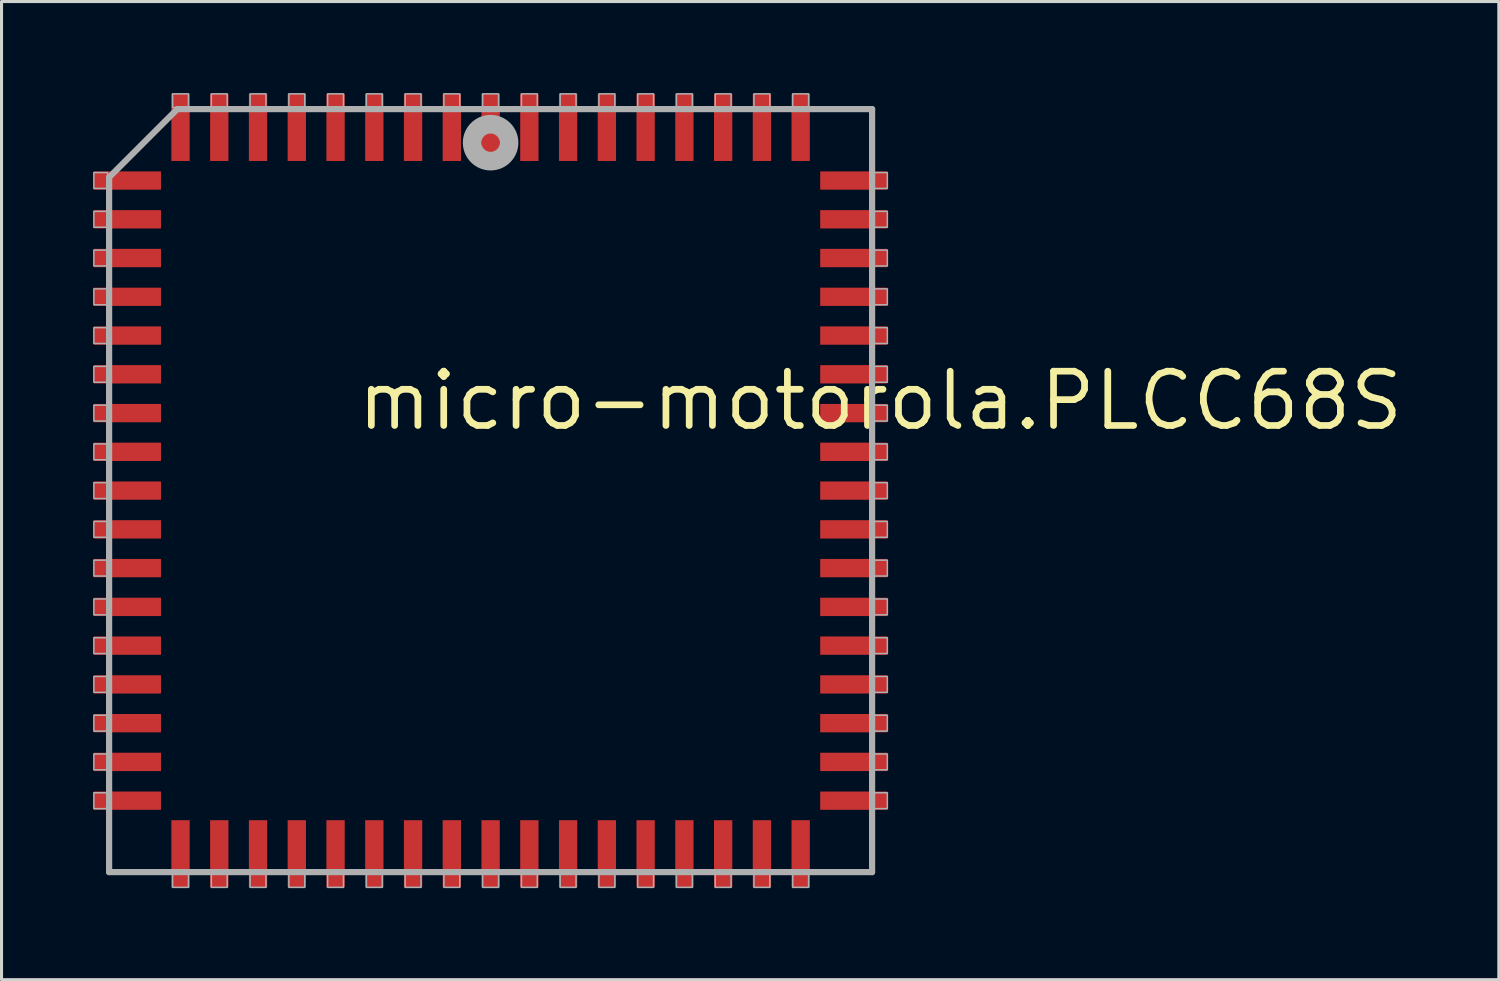
<source format=kicad_pcb>
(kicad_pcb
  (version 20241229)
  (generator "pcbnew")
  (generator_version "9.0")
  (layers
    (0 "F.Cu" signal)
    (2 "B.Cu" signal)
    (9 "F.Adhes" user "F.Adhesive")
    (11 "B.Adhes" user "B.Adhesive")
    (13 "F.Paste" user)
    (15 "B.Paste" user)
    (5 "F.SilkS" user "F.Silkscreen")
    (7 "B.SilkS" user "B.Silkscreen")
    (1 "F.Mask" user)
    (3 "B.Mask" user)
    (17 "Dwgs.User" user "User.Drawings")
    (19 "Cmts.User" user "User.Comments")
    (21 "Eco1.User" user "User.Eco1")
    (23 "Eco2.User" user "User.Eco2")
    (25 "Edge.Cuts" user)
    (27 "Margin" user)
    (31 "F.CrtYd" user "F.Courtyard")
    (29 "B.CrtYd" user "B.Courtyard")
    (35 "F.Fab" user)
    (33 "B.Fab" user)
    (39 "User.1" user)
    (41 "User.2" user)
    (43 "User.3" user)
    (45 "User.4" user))
  (footprint "micro-motorola.PLCC68S"
    (layer "F.Cu")
    (at 13.025 13.025)
    (property "Reference" "micro-motorola.PLCC68S" (at -4.475 -1.905 0) (layer "F.SilkS") (effects (font (size 1.778 1.778) (thickness 0.22)) (justify left bottom)))
    (attr smd)
    (fp_line (start -12.5 -10.265) (end -12.5 12.5) (stroke (width 0.203) (type default)) (layer "F.Fab"))
    (fp_line (start -12.5 12.5) (end 12.5 12.5) (stroke (width 0.203) (type default)) (layer "F.Fab"))
    (fp_line (start -10.265 -12.5) (end -12.5 -10.265) (stroke (width 0.203) (type default)) (layer "F.Fab"))
    (fp_line (start 12.5 -12.5) (end -10.265 -12.5) (stroke (width 0.203) (type default)) (layer "F.Fab"))
    (fp_line (start 12.5 12.5) (end 12.5 -12.5) (stroke (width 0.203) (type default)) (layer "F.Fab"))
    (fp_rect (start -13 -9.9) (end -12.55 -10.42) (stroke (width 0.05) (type default)) (fill no) (layer "F.Fab"))
    (fp_rect (start -13 -8.63) (end -12.55 -9.15) (stroke (width 0.05) (type default)) (fill no) (layer "F.Fab"))
    (fp_rect (start -13 -7.36) (end -12.55 -7.88) (stroke (width 0.05) (type default)) (fill no) (layer "F.Fab"))
    (fp_rect (start -13 -6.09) (end -12.55 -6.61) (stroke (width 0.05) (type default)) (fill no) (layer "F.Fab"))
    (fp_rect (start -13 -4.82) (end -12.55 -5.34) (stroke (width 0.05) (type default)) (fill no) (layer "F.Fab"))
    (fp_rect (start -13 -3.55) (end -12.55 -4.07) (stroke (width 0.05) (type default)) (fill no) (layer "F.Fab"))
    (fp_rect (start -13 -2.28) (end -12.55 -2.8) (stroke (width 0.05) (type default)) (fill no) (layer "F.Fab"))
    (fp_rect (start -13 -1.01) (end -12.55 -1.53) (stroke (width 0.05) (type default)) (fill no) (layer "F.Fab"))
    (fp_rect (start -13 0.26) (end -12.55 -0.26) (stroke (width 0.05) (type default)) (fill no) (layer "F.Fab"))
    (fp_rect (start -13 1.53) (end -12.55 1.01) (stroke (width 0.05) (type default)) (fill no) (layer "F.Fab"))
    (fp_rect (start -13 2.8) (end -12.55 2.28) (stroke (width 0.05) (type default)) (fill no) (layer "F.Fab"))
    (fp_rect (start -13 4.07) (end -12.55 3.55) (stroke (width 0.05) (type default)) (fill no) (layer "F.Fab"))
    (fp_rect (start -13 5.34) (end -12.55 4.82) (stroke (width 0.05) (type default)) (fill no) (layer "F.Fab"))
    (fp_rect (start -13 6.61) (end -12.55 6.09) (stroke (width 0.05) (type default)) (fill no) (layer "F.Fab"))
    (fp_rect (start -13 7.88) (end -12.55 7.36) (stroke (width 0.05) (type default)) (fill no) (layer "F.Fab"))
    (fp_rect (start -13 9.15) (end -12.55 8.63) (stroke (width 0.05) (type default)) (fill no) (layer "F.Fab"))
    (fp_rect (start -13 10.42) (end -12.55 9.9) (stroke (width 0.05) (type default)) (fill no) (layer "F.Fab"))
    (fp_rect (start -10.42 -12.55) (end -9.9 -13) (stroke (width 0.05) (type default)) (fill no) (layer "F.Fab"))
    (fp_rect (start -10.42 13) (end -9.9 12.55) (stroke (width 0.05) (type default)) (fill no) (layer "F.Fab"))
    (fp_rect (start -9.15 -12.55) (end -8.63 -13) (stroke (width 0.05) (type default)) (fill no) (layer "F.Fab"))
    (fp_rect (start -9.15 13) (end -8.63 12.55) (stroke (width 0.05) (type default)) (fill no) (layer "F.Fab"))
    (fp_rect (start -7.88 -12.55) (end -7.36 -13) (stroke (width 0.05) (type default)) (fill no) (layer "F.Fab"))
    (fp_rect (start -7.88 13) (end -7.36 12.55) (stroke (width 0.05) (type default)) (fill no) (layer "F.Fab"))
    (fp_rect (start -6.61 -12.55) (end -6.09 -13) (stroke (width 0.05) (type default)) (fill no) (layer "F.Fab"))
    (fp_rect (start -6.61 13) (end -6.09 12.55) (stroke (width 0.05) (type default)) (fill no) (layer "F.Fab"))
    (fp_rect (start -5.34 -12.55) (end -4.82 -13) (stroke (width 0.05) (type default)) (fill no) (layer "F.Fab"))
    (fp_rect (start -5.34 13) (end -4.82 12.55) (stroke (width 0.05) (type default)) (fill no) (layer "F.Fab"))
    (fp_rect (start -4.07 -12.55) (end -3.55 -13) (stroke (width 0.05) (type default)) (fill no) (layer "F.Fab"))
    (fp_rect (start -4.07 13) (end -3.55 12.55) (stroke (width 0.05) (type default)) (fill no) (layer "F.Fab"))
    (fp_rect (start -2.8 -12.55) (end -2.28 -13) (stroke (width 0.05) (type default)) (fill no) (layer "F.Fab"))
    (fp_rect (start -2.8 13) (end -2.28 12.55) (stroke (width 0.05) (type default)) (fill no) (layer "F.Fab"))
    (fp_rect (start -1.53 -12.55) (end -1.01 -13) (stroke (width 0.05) (type default)) (fill no) (layer "F.Fab"))
    (fp_rect (start -1.53 13) (end -1.01 12.55) (stroke (width 0.05) (type default)) (fill no) (layer "F.Fab"))
    (fp_rect (start -0.26 -12.55) (end 0.26 -13) (stroke (width 0.05) (type default)) (fill no) (layer "F.Fab"))
    (fp_rect (start -0.26 13) (end 0.26 12.55) (stroke (width 0.05) (type default)) (fill no) (layer "F.Fab"))
    (fp_rect (start 1.01 -12.55) (end 1.53 -13) (stroke (width 0.05) (type default)) (fill no) (layer "F.Fab"))
    (fp_rect (start 1.01 13) (end 1.53 12.55) (stroke (width 0.05) (type default)) (fill no) (layer "F.Fab"))
    (fp_rect (start 2.28 -12.55) (end 2.8 -13) (stroke (width 0.05) (type default)) (fill no) (layer "F.Fab"))
    (fp_rect (start 2.28 13) (end 2.8 12.55) (stroke (width 0.05) (type default)) (fill no) (layer "F.Fab"))
    (fp_rect (start 3.55 -12.55) (end 4.07 -13) (stroke (width 0.05) (type default)) (fill no) (layer "F.Fab"))
    (fp_rect (start 3.55 13) (end 4.07 12.55) (stroke (width 0.05) (type default)) (fill no) (layer "F.Fab"))
    (fp_rect (start 4.82 -12.55) (end 5.34 -13) (stroke (width 0.05) (type default)) (fill no) (layer "F.Fab"))
    (fp_rect (start 4.82 13) (end 5.34 12.55) (stroke (width 0.05) (type default)) (fill no) (layer "F.Fab"))
    (fp_rect (start 6.09 -12.55) (end 6.61 -13) (stroke (width 0.05) (type default)) (fill no) (layer "F.Fab"))
    (fp_rect (start 6.09 13) (end 6.61 12.55) (stroke (width 0.05) (type default)) (fill no) (layer "F.Fab"))
    (fp_rect (start 7.36 -12.55) (end 7.88 -13) (stroke (width 0.05) (type default)) (fill no) (layer "F.Fab"))
    (fp_rect (start 7.36 13) (end 7.88 12.55) (stroke (width 0.05) (type default)) (fill no) (layer "F.Fab"))
    (fp_rect (start 8.63 -12.55) (end 9.15 -13) (stroke (width 0.05) (type default)) (fill no) (layer "F.Fab"))
    (fp_rect (start 8.63 13) (end 9.15 12.55) (stroke (width 0.05) (type default)) (fill no) (layer "F.Fab"))
    (fp_rect (start 9.9 -12.55) (end 10.42 -13) (stroke (width 0.05) (type default)) (fill no) (layer "F.Fab"))
    (fp_rect (start 9.9 13) (end 10.42 12.55) (stroke (width 0.05) (type default)) (fill no) (layer "F.Fab"))
    (fp_rect (start 12.55 -9.9) (end 13 -10.42) (stroke (width 0.05) (type default)) (fill no) (layer "F.Fab"))
    (fp_rect (start 12.55 -8.63) (end 13 -9.15) (stroke (width 0.05) (type default)) (fill no) (layer "F.Fab"))
    (fp_rect (start 12.55 -7.36) (end 13 -7.88) (stroke (width 0.05) (type default)) (fill no) (layer "F.Fab"))
    (fp_rect (start 12.55 -6.09) (end 13 -6.61) (stroke (width 0.05) (type default)) (fill no) (layer "F.Fab"))
    (fp_rect (start 12.55 -4.82) (end 13 -5.34) (stroke (width 0.05) (type default)) (fill no) (layer "F.Fab"))
    (fp_rect (start 12.55 -3.55) (end 13 -4.07) (stroke (width 0.05) (type default)) (fill no) (layer "F.Fab"))
    (fp_rect (start 12.55 -2.28) (end 13 -2.8) (stroke (width 0.05) (type default)) (fill no) (layer "F.Fab"))
    (fp_rect (start 12.55 -1.01) (end 13 -1.53) (stroke (width 0.05) (type default)) (fill no) (layer "F.Fab"))
    (fp_rect (start 12.55 0.26) (end 13 -0.26) (stroke (width 0.05) (type default)) (fill no) (layer "F.Fab"))
    (fp_rect (start 12.55 1.53) (end 13 1.01) (stroke (width 0.05) (type default)) (fill no) (layer "F.Fab"))
    (fp_rect (start 12.55 2.8) (end 13 2.28) (stroke (width 0.05) (type default)) (fill no) (layer "F.Fab"))
    (fp_rect (start 12.55 4.07) (end 13 3.55) (stroke (width 0.05) (type default)) (fill no) (layer "F.Fab"))
    (fp_rect (start 12.55 5.34) (end 13 4.82) (stroke (width 0.05) (type default)) (fill no) (layer "F.Fab"))
    (fp_rect (start 12.55 6.61) (end 13 6.09) (stroke (width 0.05) (type default)) (fill no) (layer "F.Fab"))
    (fp_rect (start 12.55 7.88) (end 13 7.36) (stroke (width 0.05) (type default)) (fill no) (layer "F.Fab"))
    (fp_rect (start 12.55 9.15) (end 13 8.63) (stroke (width 0.05) (type default)) (fill no) (layer "F.Fab"))
    (fp_rect (start 12.55 10.42) (end 13 9.9) (stroke (width 0.05) (type default)) (fill no) (layer "F.Fab"))
    (fp_circle (center 0 -11.4) (end 0.3 -11.4) (stroke (width 0.61) (type default)) (fill no) (layer "F.Fab"))
    (pad "1" smd roundrect (at 0 -11.9) (size 0.6 2.2) (layers "F.Cu" "F.Mask" "F.Paste") (roundrect_rratio 0.01))
    (pad "2" smd roundrect (at -1.27 -11.9) (size 0.6 2.2) (layers "F.Cu" "F.Mask" "F.Paste") (roundrect_rratio 0.01))
    (pad "3" smd roundrect (at -2.54 -11.9) (size 0.6 2.2) (layers "F.Cu" "F.Mask" "F.Paste") (roundrect_rratio 0.01))
    (pad "4" smd roundrect (at -3.81 -11.9) (size 0.6 2.2) (layers "F.Cu" "F.Mask" "F.Paste") (roundrect_rratio 0.01))
    (pad "5" smd roundrect (at -5.08 -11.9) (size 0.6 2.2) (layers "F.Cu" "F.Mask" "F.Paste") (roundrect_rratio 0.01))
    (pad "6" smd roundrect (at -6.35 -11.9) (size 0.6 2.2) (layers "F.Cu" "F.Mask" "F.Paste") (roundrect_rratio 0.01))
    (pad "7" smd roundrect (at -7.62 -11.9) (size 0.6 2.2) (layers "F.Cu" "F.Mask" "F.Paste") (roundrect_rratio 0.01))
    (pad "8" smd roundrect (at -8.89 -11.9) (size 0.6 2.2) (layers "F.Cu" "F.Mask" "F.Paste") (roundrect_rratio 0.01))
    (pad "9" smd roundrect (at -10.16 -11.9) (size 0.6 2.2) (layers "F.Cu" "F.Mask" "F.Paste") (roundrect_rratio 0.01))
    (pad "10" smd roundrect (at -11.9 -10.16) (size 2.2 0.6) (layers "F.Cu" "F.Mask" "F.Paste") (roundrect_rratio 0.01))
    (pad "11" smd roundrect (at -11.9 -8.89) (size 2.2 0.6) (layers "F.Cu" "F.Mask" "F.Paste") (roundrect_rratio 0.01))
    (pad "12" smd roundrect (at -11.9 -7.62) (size 2.2 0.6) (layers "F.Cu" "F.Mask" "F.Paste") (roundrect_rratio 0.01))
    (pad "13" smd roundrect (at -11.9 -6.35) (size 2.2 0.6) (layers "F.Cu" "F.Mask" "F.Paste") (roundrect_rratio 0.01))
    (pad "14" smd roundrect (at -11.9 -5.08) (size 2.2 0.6) (layers "F.Cu" "F.Mask" "F.Paste") (roundrect_rratio 0.01))
    (pad "15" smd roundrect (at -11.9 -3.81) (size 2.2 0.6) (layers "F.Cu" "F.Mask" "F.Paste") (roundrect_rratio 0.01))
    (pad "16" smd roundrect (at -11.9 -2.54) (size 2.2 0.6) (layers "F.Cu" "F.Mask" "F.Paste") (roundrect_rratio 0.01))
    (pad "17" smd roundrect (at -11.9 -1.27) (size 2.2 0.6) (layers "F.Cu" "F.Mask" "F.Paste") (roundrect_rratio 0.01))
    (pad "18" smd roundrect (at -11.9 0) (size 2.2 0.6) (layers "F.Cu" "F.Mask" "F.Paste") (roundrect_rratio 0.01))
    (pad "19" smd roundrect (at -11.9 1.27) (size 2.2 0.6) (layers "F.Cu" "F.Mask" "F.Paste") (roundrect_rratio 0.01))
    (pad "20" smd roundrect (at -11.9 2.54) (size 2.2 0.6) (layers "F.Cu" "F.Mask" "F.Paste") (roundrect_rratio 0.01))
    (pad "21" smd roundrect (at -11.9 3.81) (size 2.2 0.6) (layers "F.Cu" "F.Mask" "F.Paste") (roundrect_rratio 0.01))
    (pad "22" smd roundrect (at -11.9 5.08) (size 2.2 0.6) (layers "F.Cu" "F.Mask" "F.Paste") (roundrect_rratio 0.01))
    (pad "23" smd roundrect (at -11.9 6.35) (size 2.2 0.6) (layers "F.Cu" "F.Mask" "F.Paste") (roundrect_rratio 0.01))
    (pad "24" smd roundrect (at -11.9 7.62) (size 2.2 0.6) (layers "F.Cu" "F.Mask" "F.Paste") (roundrect_rratio 0.01))
    (pad "25" smd roundrect (at -11.9 8.89) (size 2.2 0.6) (layers "F.Cu" "F.Mask" "F.Paste") (roundrect_rratio 0.01))
    (pad "26" smd roundrect (at -11.9 10.16) (size 2.2 0.6) (layers "F.Cu" "F.Mask" "F.Paste") (roundrect_rratio 0.01))
    (pad "27" smd roundrect (at -10.16 11.9) (size 0.6 2.2) (layers "F.Cu" "F.Mask" "F.Paste") (roundrect_rratio 0.01))
    (pad "28" smd roundrect (at -8.89 11.9) (size 0.6 2.2) (layers "F.Cu" "F.Mask" "F.Paste") (roundrect_rratio 0.01))
    (pad "29" smd roundrect (at -7.62 11.9) (size 0.6 2.2) (layers "F.Cu" "F.Mask" "F.Paste") (roundrect_rratio 0.01))
    (pad "30" smd roundrect (at -6.35 11.9) (size 0.6 2.2) (layers "F.Cu" "F.Mask" "F.Paste") (roundrect_rratio 0.01))
    (pad "31" smd roundrect (at -5.08 11.9) (size 0.6 2.2) (layers "F.Cu" "F.Mask" "F.Paste") (roundrect_rratio 0.01))
    (pad "32" smd roundrect (at -3.81 11.9) (size 0.6 2.2) (layers "F.Cu" "F.Mask" "F.Paste") (roundrect_rratio 0.01))
    (pad "33" smd roundrect (at -2.54 11.9) (size 0.6 2.2) (layers "F.Cu" "F.Mask" "F.Paste") (roundrect_rratio 0.01))
    (pad "34" smd roundrect (at -1.27 11.9) (size 0.6 2.2) (layers "F.Cu" "F.Mask" "F.Paste") (roundrect_rratio 0.01))
    (pad "35" smd roundrect (at 0 11.9) (size 0.6 2.2) (layers "F.Cu" "F.Mask" "F.Paste") (roundrect_rratio 0.01))
    (pad "36" smd roundrect (at 1.27 11.9) (size 0.6 2.2) (layers "F.Cu" "F.Mask" "F.Paste") (roundrect_rratio 0.01))
    (pad "37" smd roundrect (at 2.54 11.9) (size 0.6 2.2) (layers "F.Cu" "F.Mask" "F.Paste") (roundrect_rratio 0.01))
    (pad "38" smd roundrect (at 3.81 11.9) (size 0.6 2.2) (layers "F.Cu" "F.Mask" "F.Paste") (roundrect_rratio 0.01))
    (pad "39" smd roundrect (at 5.08 11.9) (size 0.6 2.2) (layers "F.Cu" "F.Mask" "F.Paste") (roundrect_rratio 0.01))
    (pad "40" smd roundrect (at 6.35 11.9) (size 0.6 2.2) (layers "F.Cu" "F.Mask" "F.Paste") (roundrect_rratio 0.01))
    (pad "41" smd roundrect (at 7.62 11.9) (size 0.6 2.2) (layers "F.Cu" "F.Mask" "F.Paste") (roundrect_rratio 0.01))
    (pad "42" smd roundrect (at 8.89 11.9) (size 0.6 2.2) (layers "F.Cu" "F.Mask" "F.Paste") (roundrect_rratio 0.01))
    (pad "43" smd roundrect (at 10.16 11.9) (size 0.6 2.2) (layers "F.Cu" "F.Mask" "F.Paste") (roundrect_rratio 0.01))
    (pad "44" smd roundrect (at 11.9 10.16) (size 2.2 0.6) (layers "F.Cu" "F.Mask" "F.Paste") (roundrect_rratio 0.01))
    (pad "45" smd roundrect (at 11.9 8.89) (size 2.2 0.6) (layers "F.Cu" "F.Mask" "F.Paste") (roundrect_rratio 0.01))
    (pad "46" smd roundrect (at 11.9 7.62) (size 2.2 0.6) (layers "F.Cu" "F.Mask" "F.Paste") (roundrect_rratio 0.01))
    (pad "47" smd roundrect (at 11.9 6.35) (size 2.2 0.6) (layers "F.Cu" "F.Mask" "F.Paste") (roundrect_rratio 0.01))
    (pad "48" smd roundrect (at 11.9 5.08) (size 2.2 0.6) (layers "F.Cu" "F.Mask" "F.Paste") (roundrect_rratio 0.01))
    (pad "49" smd roundrect (at 11.9 3.81) (size 2.2 0.6) (layers "F.Cu" "F.Mask" "F.Paste") (roundrect_rratio 0.01))
    (pad "50" smd roundrect (at 11.9 2.54) (size 2.2 0.6) (layers "F.Cu" "F.Mask" "F.Paste") (roundrect_rratio 0.01))
    (pad "51" smd roundrect (at 11.9 1.27) (size 2.2 0.6) (layers "F.Cu" "F.Mask" "F.Paste") (roundrect_rratio 0.01))
    (pad "52" smd roundrect (at 11.9 0) (size 2.2 0.6) (layers "F.Cu" "F.Mask" "F.Paste") (roundrect_rratio 0.01))
    (pad "53" smd roundrect (at 11.9 -1.27) (size 2.2 0.6) (layers "F.Cu" "F.Mask" "F.Paste") (roundrect_rratio 0.01))
    (pad "54" smd roundrect (at 11.9 -2.54) (size 2.2 0.6) (layers "F.Cu" "F.Mask" "F.Paste") (roundrect_rratio 0.01))
    (pad "55" smd roundrect (at 11.9 -3.81) (size 2.2 0.6) (layers "F.Cu" "F.Mask" "F.Paste") (roundrect_rratio 0.01))
    (pad "56" smd roundrect (at 11.9 -5.08) (size 2.2 0.6) (layers "F.Cu" "F.Mask" "F.Paste") (roundrect_rratio 0.01))
    (pad "57" smd roundrect (at 11.9 -6.35) (size 2.2 0.6) (layers "F.Cu" "F.Mask" "F.Paste") (roundrect_rratio 0.01))
    (pad "58" smd roundrect (at 11.9 -7.62) (size 2.2 0.6) (layers "F.Cu" "F.Mask" "F.Paste") (roundrect_rratio 0.01))
    (pad "59" smd roundrect (at 11.9 -8.89) (size 2.2 0.6) (layers "F.Cu" "F.Mask" "F.Paste") (roundrect_rratio 0.01))
    (pad "60" smd roundrect (at 11.9 -10.16) (size 2.2 0.6) (layers "F.Cu" "F.Mask" "F.Paste") (roundrect_rratio 0.01))
    (pad "61" smd roundrect (at 10.16 -11.9) (size 0.6 2.2) (layers "F.Cu" "F.Mask" "F.Paste") (roundrect_rratio 0.01))
    (pad "62" smd roundrect (at 8.89 -11.9) (size 0.6 2.2) (layers "F.Cu" "F.Mask" "F.Paste") (roundrect_rratio 0.01))
    (pad "63" smd roundrect (at 7.62 -11.9) (size 0.6 2.2) (layers "F.Cu" "F.Mask" "F.Paste") (roundrect_rratio 0.01))
    (pad "64" smd roundrect (at 6.35 -11.9) (size 0.6 2.2) (layers "F.Cu" "F.Mask" "F.Paste") (roundrect_rratio 0.01))
    (pad "65" smd roundrect (at 5.08 -11.9) (size 0.6 2.2) (layers "F.Cu" "F.Mask" "F.Paste") (roundrect_rratio 0.01))
    (pad "66" smd roundrect (at 3.81 -11.9) (size 0.6 2.2) (layers "F.Cu" "F.Mask" "F.Paste") (roundrect_rratio 0.01))
    (pad "67" smd roundrect (at 2.54 -11.9) (size 0.6 2.2) (layers "F.Cu" "F.Mask" "F.Paste") (roundrect_rratio 0.01))
    (pad "68" smd roundrect (at 1.27 -11.9) (size 0.6 2.2) (layers "F.Cu" "F.Mask" "F.Paste") (roundrect_rratio 0.01)))
  (gr_rect
    (start -3 -3)
    (end 46.06 29.05)
    (stroke (width 0.1) (type default))
    (fill no)
    (layer "Edge.Cuts")))
</source>
